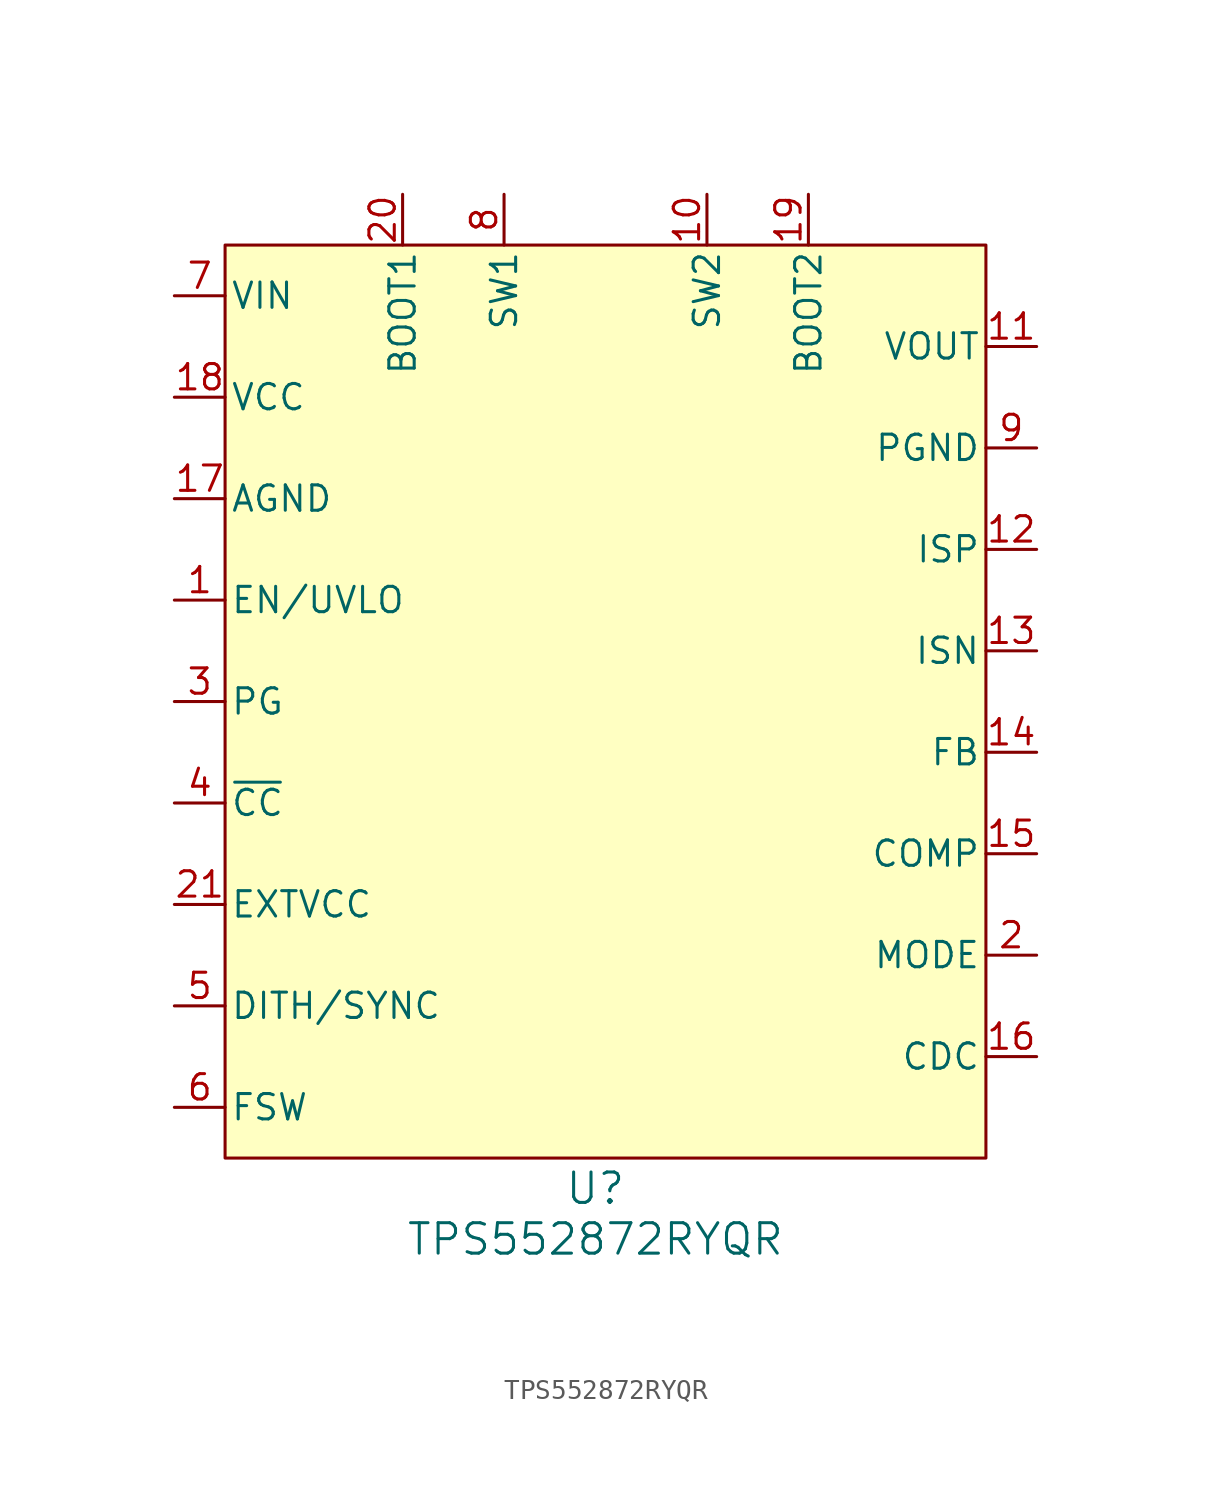
<source format=kicad_sym>
(kicad_symbol_lib
  (version 20231120)
  (generator "kicad_symbol_editor")
  (generator_version "8.0")
  (symbol "TPS552872RYQR"
    (pin_names
      (offset 0.254))
    (property "Reference" "U"
      (at 21.082 -44.704 0)
      (effects (font (size 1.524 1.524))))
    (property "Value" "TPS552872RYQR"
      (at 21.082 -47.244 0)
      (effects (font (size 1.524 1.524))))
    (property "Datasheet" ""
      (at 0 0 0)
      (effects (font (size 1.524 1.524))))
    (symbol "TPS552872RYQR_0_1"
      (rectangle (start 2.54 2.54) (end 40.64 -43.18) (stroke (width 0) (type default)) (fill (type background))))
    (symbol "TPS552872RYQR_1_1"
      (pin passive line (at 0 -15.24 0) (length 2.54) (name "EN/UVLO" (effects (font (size 1.27 1.27)))) (number "1" (effects (font (size 1.27 1.27)))))
      (pin passive line (at 26.67 5.08 270) (length 2.54) (name "SW2" (effects (font (size 1.27 1.27)))) (number "10" (effects (font (size 1.27 1.27)))))
      (pin passive line (at 43.18 -2.54 180) (length 2.54) (name "VOUT" (effects (font (size 1.27 1.27)))) (number "11" (effects (font (size 1.27 1.27)))))
      (pin passive line (at 43.18 -12.7 180) (length 2.54) (name "ISP" (effects (font (size 1.27 1.27)))) (number "12" (effects (font (size 1.27 1.27)))))
      (pin passive line (at 43.18 -17.78 180) (length 2.54) (name "ISN" (effects (font (size 1.27 1.27)))) (number "13" (effects (font (size 1.27 1.27)))))
      (pin passive line (at 43.18 -22.86 180) (length 2.54) (name "FB" (effects (font (size 1.27 1.27)))) (number "14" (effects (font (size 1.27 1.27)))))
      (pin passive line (at 43.18 -27.94 180) (length 2.54) (name "COMP" (effects (font (size 1.27 1.27)))) (number "15" (effects (font (size 1.27 1.27)))))
      (pin passive line (at 43.18 -38.1 180) (length 2.54) (name "CDC" (effects (font (size 1.27 1.27)))) (number "16" (effects (font (size 1.27 1.27)))))
      (pin passive line (at 0 -10.16 0) (length 2.54) (name "AGND" (effects (font (size 1.27 1.27)))) (number "17" (effects (font (size 1.27 1.27)))))
      (pin passive line (at 0 -5.08 0) (length 2.54) (name "VCC" (effects (font (size 1.27 1.27)))) (number "18" (effects (font (size 1.27 1.27)))))
      (pin passive line (at 31.75 5.08 270) (length 2.54) (name "BOOT2" (effects (font (size 1.27 1.27)))) (number "19" (effects (font (size 1.27 1.27)))))
      (pin passive line (at 43.18 -33.02 180) (length 2.54) (name "MODE" (effects (font (size 1.27 1.27)))) (number "2" (effects (font (size 1.27 1.27)))))
      (pin passive line (at 11.43 5.08 270) (length 2.54) (name "BOOT1" (effects (font (size 1.27 1.27)))) (number "20" (effects (font (size 1.27 1.27)))))
      (pin passive line (at 0 -30.48 0) (length 2.54) (name "EXTVCC" (effects (font (size 1.27 1.27)))) (number "21" (effects (font (size 1.27 1.27)))))
      (pin passive line (at 0 -20.32 0) (length 2.54) (name "PG" (effects (font (size 1.27 1.27)))) (number "3" (effects (font (size 1.27 1.27)))))
      (pin passive line (at 0 -25.4 0) (length 2.54) (name "~{CC}" (effects (font (size 1.27 1.27)))) (number "4" (effects (font (size 1.27 1.27)))))
      (pin passive line (at 0 -35.56 0) (length 2.54) (name "DITH/SYNC" (effects (font (size 1.27 1.27)))) (number "5" (effects (font (size 1.27 1.27)))))
      (pin passive line (at 0 -40.64 0) (length 2.54) (name "FSW" (effects (font (size 1.27 1.27)))) (number "6" (effects (font (size 1.27 1.27)))))
      (pin passive line (at 0 0 0) (length 2.54) (name "VIN" (effects (font (size 1.27 1.27)))) (number "7" (effects (font (size 1.27 1.27)))))
      (pin passive line (at 16.51 5.08 270) (length 2.54) (name "SW1" (effects (font (size 1.27 1.27)))) (number "8" (effects (font (size 1.27 1.27)))))
      (pin passive line (at 43.18 -7.62 180) (length 2.54) (name "PGND" (effects (font (size 1.27 1.27)))) (number "9" (effects (font (size 1.27 1.27))))))))
</source>
